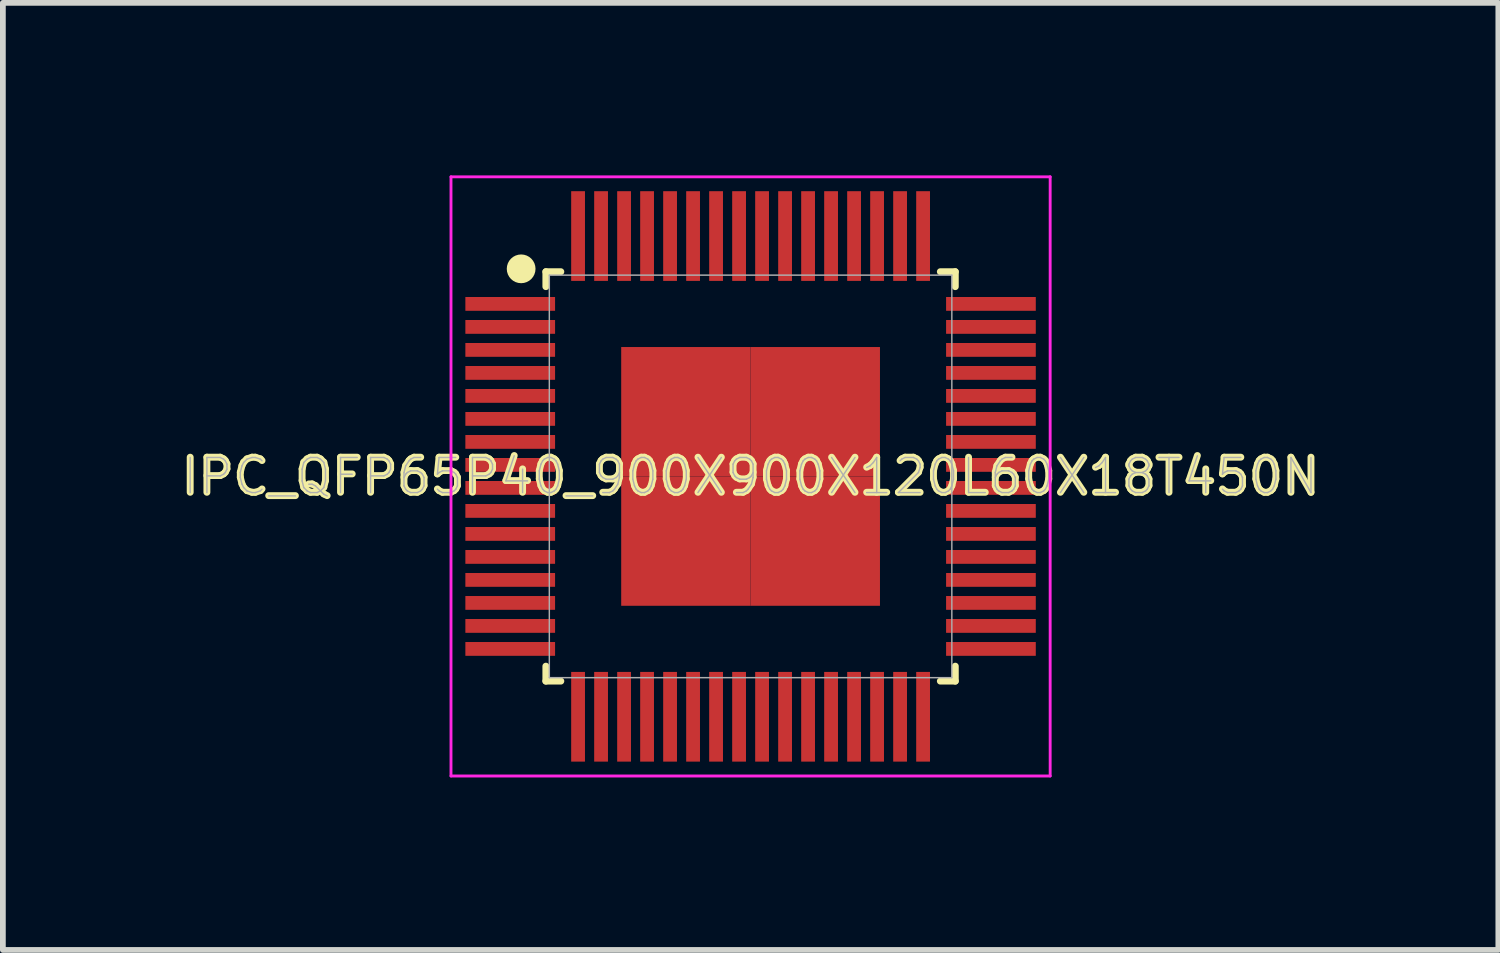
<source format=kicad_pcb>
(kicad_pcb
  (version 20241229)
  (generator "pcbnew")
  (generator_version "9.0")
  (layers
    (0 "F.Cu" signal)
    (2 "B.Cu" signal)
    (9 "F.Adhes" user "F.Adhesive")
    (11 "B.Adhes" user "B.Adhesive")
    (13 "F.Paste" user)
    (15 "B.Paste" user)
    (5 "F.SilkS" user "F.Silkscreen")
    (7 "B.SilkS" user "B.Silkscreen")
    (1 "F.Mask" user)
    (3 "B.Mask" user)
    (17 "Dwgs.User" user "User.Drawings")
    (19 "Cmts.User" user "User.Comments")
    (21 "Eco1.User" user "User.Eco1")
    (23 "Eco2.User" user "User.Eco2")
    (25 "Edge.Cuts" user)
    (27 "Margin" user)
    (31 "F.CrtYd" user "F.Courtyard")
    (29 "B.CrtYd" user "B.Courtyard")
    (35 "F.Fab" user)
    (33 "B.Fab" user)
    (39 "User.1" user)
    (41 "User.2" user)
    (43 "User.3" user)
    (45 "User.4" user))
  (footprint "IPC_QFP65P40_900X900X120L60X18T450N"
    (layer "F.Cu")
    (at 10.003 5.235)
    (property "Reference" "IPC_QFP65P40_900X900X120L60X18T450N" (at 0 0 0) (layer "F.SilkS") (effects (font (size 0.61 0.61) (thickness 0.12))))
    (attr smd)
    (fp_line (start -3.56 -3.56) (end -3.56 -3.3) (stroke (width 0.12) (type solid)) (layer "F.SilkS"))
    (fp_line (start -3.56 3.3) (end -3.56 3.56) (stroke (width 0.12) (type solid)) (layer "F.SilkS"))
    (fp_line (start -3.56 3.56) (end -3.3 3.56) (stroke (width 0.12) (type solid)) (layer "F.SilkS"))
    (fp_line (start -3.3 -3.56) (end -3.56 -3.56) (stroke (width 0.12) (type solid)) (layer "F.SilkS"))
    (fp_line (start 3.3 3.56) (end 3.56 3.56) (stroke (width 0.12) (type solid)) (layer "F.SilkS"))
    (fp_line (start 3.56 -3.56) (end 3.3 -3.56) (stroke (width 0.12) (type solid)) (layer "F.SilkS"))
    (fp_line (start 3.56 -3.3) (end 3.56 -3.56) (stroke (width 0.12) (type solid)) (layer "F.SilkS"))
    (fp_line (start 3.56 3.56) (end 3.56 3.3) (stroke (width 0.12) (type solid)) (layer "F.SilkS"))
    (fp_circle (center -3.99 -3.61) (end -3.865 -3.61) (stroke (width 0.25) (type solid)) (fill no) (layer "F.SilkS"))
    (fp_line (start -5.21 -5.21) (end 5.21 -5.21) (stroke (width 0.05) (type solid)) (layer "F.CrtYd"))
    (fp_line (start -5.21 5.21) (end -5.21 -5.21) (stroke (width 0.05) (type solid)) (layer "F.CrtYd"))
    (fp_line (start 5.21 -5.21) (end 5.21 5.21) (stroke (width 0.05) (type solid)) (layer "F.CrtYd"))
    (fp_line (start 5.21 5.21) (end -5.21 5.21) (stroke (width 0.05) (type solid)) (layer "F.CrtYd"))
    (fp_line (start -3.5 -3.5) (end 3.5 -3.5) (stroke (width 0.025) (type solid)) (layer "F.Fab"))
    (fp_line (start -3.5 3.5) (end -3.5 -3.5) (stroke (width 0.025) (type solid)) (layer "F.Fab"))
    (fp_line (start 3.5 -3.5) (end 3.5 3.5) (stroke (width 0.025) (type solid)) (layer "F.Fab"))
    (fp_line (start 3.5 3.5) (end -3.5 3.5) (stroke (width 0.025) (type solid)) (layer "F.Fab"))
    (fp_text user "${REFERENCE}" (at 0 0 0) (layer "F.Fab") (effects (font (size 0.61 0.61) (thickness 0.025))))
    (pad "1" smd rect (at -4.18 -3 270) (size 0.24 1.56) (layers "F.Cu" "F.Mask" "F.Paste"))
    (pad "2" smd rect (at -4.18 -2.6 270) (size 0.24 1.56) (layers "F.Cu" "F.Mask" "F.Paste"))
    (pad "3" smd rect (at -4.18 -2.2 270) (size 0.24 1.56) (layers "F.Cu" "F.Mask" "F.Paste"))
    (pad "4" smd rect (at -4.18 -1.8 270) (size 0.24 1.56) (layers "F.Cu" "F.Mask" "F.Paste"))
    (pad "5" smd rect (at -4.18 -1.4 270) (size 0.24 1.56) (layers "F.Cu" "F.Mask" "F.Paste"))
    (pad "6" smd rect (at -4.18 -1 270) (size 0.24 1.56) (layers "F.Cu" "F.Mask" "F.Paste"))
    (pad "7" smd rect (at -4.18 -0.6 270) (size 0.24 1.56) (layers "F.Cu" "F.Mask" "F.Paste"))
    (pad "8" smd rect (at -4.18 -0.2 270) (size 0.24 1.56) (layers "F.Cu" "F.Mask" "F.Paste"))
    (pad "9" smd rect (at -4.18 0.2 270) (size 0.24 1.56) (layers "F.Cu" "F.Mask" "F.Paste"))
    (pad "10" smd rect (at -4.18 0.6 270) (size 0.24 1.56) (layers "F.Cu" "F.Mask" "F.Paste"))
    (pad "11" smd rect (at -4.18 1 270) (size 0.24 1.56) (layers "F.Cu" "F.Mask" "F.Paste"))
    (pad "12" smd rect (at -4.18 1.4 270) (size 0.24 1.56) (layers "F.Cu" "F.Mask" "F.Paste"))
    (pad "13" smd rect (at -4.18 1.8 270) (size 0.24 1.56) (layers "F.Cu" "F.Mask" "F.Paste"))
    (pad "14" smd rect (at -4.18 2.2 270) (size 0.24 1.56) (layers "F.Cu" "F.Mask" "F.Paste"))
    (pad "15" smd rect (at -4.18 2.6 270) (size 0.24 1.56) (layers "F.Cu" "F.Mask" "F.Paste"))
    (pad "16" smd rect (at -4.18 3 270) (size 0.24 1.56) (layers "F.Cu" "F.Mask" "F.Paste"))
    (pad "17" smd rect (at -3 4.18) (size 0.24 1.56) (layers "F.Cu" "F.Mask" "F.Paste"))
    (pad "18" smd rect (at -2.6 4.18) (size 0.24 1.56) (layers "F.Cu" "F.Mask" "F.Paste"))
    (pad "19" smd rect (at -2.2 4.18) (size 0.24 1.56) (layers "F.Cu" "F.Mask" "F.Paste"))
    (pad "20" smd rect (at -1.8 4.18) (size 0.24 1.56) (layers "F.Cu" "F.Mask" "F.Paste"))
    (pad "21" smd rect (at -1.4 4.18) (size 0.24 1.56) (layers "F.Cu" "F.Mask" "F.Paste"))
    (pad "22" smd rect (at -1 4.18) (size 0.24 1.56) (layers "F.Cu" "F.Mask" "F.Paste"))
    (pad "23" smd rect (at -0.6 4.18) (size 0.24 1.56) (layers "F.Cu" "F.Mask" "F.Paste"))
    (pad "24" smd rect (at -0.2 4.18) (size 0.24 1.56) (layers "F.Cu" "F.Mask" "F.Paste"))
    (pad "25" smd rect (at 0.2 4.18) (size 0.24 1.56) (layers "F.Cu" "F.Mask" "F.Paste"))
    (pad "26" smd rect (at 0.6 4.18) (size 0.24 1.56) (layers "F.Cu" "F.Mask" "F.Paste"))
    (pad "27" smd rect (at 1 4.18) (size 0.24 1.56) (layers "F.Cu" "F.Mask" "F.Paste"))
    (pad "28" smd rect (at 1.4 4.18) (size 0.24 1.56) (layers "F.Cu" "F.Mask" "F.Paste"))
    (pad "29" smd rect (at 1.8 4.18) (size 0.24 1.56) (layers "F.Cu" "F.Mask" "F.Paste"))
    (pad "30" smd rect (at 2.2 4.18) (size 0.24 1.56) (layers "F.Cu" "F.Mask" "F.Paste"))
    (pad "31" smd rect (at 2.6 4.18) (size 0.24 1.56) (layers "F.Cu" "F.Mask" "F.Paste"))
    (pad "32" smd rect (at 3 4.18) (size 0.24 1.56) (layers "F.Cu" "F.Mask" "F.Paste"))
    (pad "33" smd rect (at 4.18 3 90) (size 0.24 1.56) (layers "F.Cu" "F.Mask" "F.Paste"))
    (pad "34" smd rect (at 4.18 2.6 90) (size 0.24 1.56) (layers "F.Cu" "F.Mask" "F.Paste"))
    (pad "35" smd rect (at 4.18 2.2 90) (size 0.24 1.56) (layers "F.Cu" "F.Mask" "F.Paste"))
    (pad "36" smd rect (at 4.18 1.8 90) (size 0.24 1.56) (layers "F.Cu" "F.Mask" "F.Paste"))
    (pad "37" smd rect (at 4.18 1.4 90) (size 0.24 1.56) (layers "F.Cu" "F.Mask" "F.Paste"))
    (pad "38" smd rect (at 4.18 1 90) (size 0.24 1.56) (layers "F.Cu" "F.Mask" "F.Paste"))
    (pad "39" smd rect (at 4.18 0.6 90) (size 0.24 1.56) (layers "F.Cu" "F.Mask" "F.Paste"))
    (pad "40" smd rect (at 4.18 0.2 90) (size 0.24 1.56) (layers "F.Cu" "F.Mask" "F.Paste"))
    (pad "41" smd rect (at 4.18 -0.2 90) (size 0.24 1.56) (layers "F.Cu" "F.Mask" "F.Paste"))
    (pad "42" smd rect (at 4.18 -0.6 90) (size 0.24 1.56) (layers "F.Cu" "F.Mask" "F.Paste"))
    (pad "43" smd rect (at 4.18 -1 90) (size 0.24 1.56) (layers "F.Cu" "F.Mask" "F.Paste"))
    (pad "44" smd rect (at 4.18 -1.4 90) (size 0.24 1.56) (layers "F.Cu" "F.Mask" "F.Paste"))
    (pad "45" smd rect (at 4.18 -1.8 90) (size 0.24 1.56) (layers "F.Cu" "F.Mask" "F.Paste"))
    (pad "46" smd rect (at 4.18 -2.2 90) (size 0.24 1.56) (layers "F.Cu" "F.Mask" "F.Paste"))
    (pad "47" smd rect (at 4.18 -2.6 90) (size 0.24 1.56) (layers "F.Cu" "F.Mask" "F.Paste"))
    (pad "48" smd rect (at 4.18 -3 90) (size 0.24 1.56) (layers "F.Cu" "F.Mask" "F.Paste"))
    (pad "49" smd rect (at 3 -4.18 180) (size 0.24 1.56) (layers "F.Cu" "F.Mask" "F.Paste"))
    (pad "50" smd rect (at 2.6 -4.18 180) (size 0.24 1.56) (layers "F.Cu" "F.Mask" "F.Paste"))
    (pad "51" smd rect (at 2.2 -4.18 180) (size 0.24 1.56) (layers "F.Cu" "F.Mask" "F.Paste"))
    (pad "52" smd rect (at 1.8 -4.18 180) (size 0.24 1.56) (layers "F.Cu" "F.Mask" "F.Paste"))
    (pad "53" smd rect (at 1.4 -4.18 180) (size 0.24 1.56) (layers "F.Cu" "F.Mask" "F.Paste"))
    (pad "54" smd rect (at 1 -4.18 180) (size 0.24 1.56) (layers "F.Cu" "F.Mask" "F.Paste"))
    (pad "55" smd rect (at 0.6 -4.18 180) (size 0.24 1.56) (layers "F.Cu" "F.Mask" "F.Paste"))
    (pad "56" smd rect (at 0.2 -4.18 180) (size 0.24 1.56) (layers "F.Cu" "F.Mask" "F.Paste"))
    (pad "57" smd rect (at -0.2 -4.18 180) (size 0.24 1.56) (layers "F.Cu" "F.Mask" "F.Paste"))
    (pad "58" smd rect (at -0.6 -4.18 180) (size 0.24 1.56) (layers "F.Cu" "F.Mask" "F.Paste"))
    (pad "59" smd rect (at -1 -4.18 180) (size 0.24 1.56) (layers "F.Cu" "F.Mask" "F.Paste"))
    (pad "60" smd rect (at -1.4 -4.18 180) (size 0.24 1.56) (layers "F.Cu" "F.Mask" "F.Paste"))
    (pad "61" smd rect (at -1.8 -4.18 180) (size 0.24 1.56) (layers "F.Cu" "F.Mask" "F.Paste"))
    (pad "62" smd rect (at -2.2 -4.18 180) (size 0.24 1.56) (layers "F.Cu" "F.Mask" "F.Paste"))
    (pad "63" smd rect (at -2.6 -4.18 180) (size 0.24 1.56) (layers "F.Cu" "F.Mask" "F.Paste"))
    (pad "64" smd rect (at -3 -4.18 180) (size 0.24 1.56) (layers "F.Cu" "F.Mask" "F.Paste"))
    (pad "65" smd rect (at -1.125 -1.125) (size 2.25 2.25) (layers "F.Cu" "F.Mask" "F.Paste"))
    (pad "65" smd rect (at -1.125 1.125) (size 2.25 2.25) (layers "F.Cu" "F.Mask" "F.Paste"))
    (pad "65" smd rect (at 1.125 -1.125) (size 2.25 2.25) (layers "F.Cu" "F.Mask" "F.Paste"))
    (pad "65" smd rect (at 1.125 1.125) (size 2.25 2.25) (layers "F.Cu" "F.Mask" "F.Paste")))
  (gr_rect
    (start -3 -3)
    (end 23.007 13.47)
    (stroke (width 0.1) (type default))
    (fill no)
    (layer "Edge.Cuts")))
</source>
